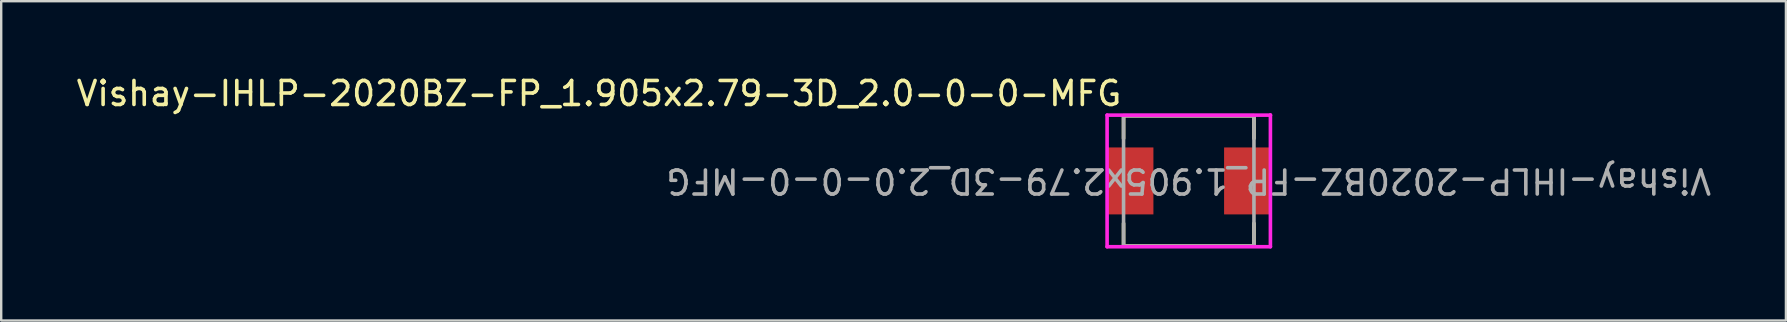
<source format=kicad_pcb>
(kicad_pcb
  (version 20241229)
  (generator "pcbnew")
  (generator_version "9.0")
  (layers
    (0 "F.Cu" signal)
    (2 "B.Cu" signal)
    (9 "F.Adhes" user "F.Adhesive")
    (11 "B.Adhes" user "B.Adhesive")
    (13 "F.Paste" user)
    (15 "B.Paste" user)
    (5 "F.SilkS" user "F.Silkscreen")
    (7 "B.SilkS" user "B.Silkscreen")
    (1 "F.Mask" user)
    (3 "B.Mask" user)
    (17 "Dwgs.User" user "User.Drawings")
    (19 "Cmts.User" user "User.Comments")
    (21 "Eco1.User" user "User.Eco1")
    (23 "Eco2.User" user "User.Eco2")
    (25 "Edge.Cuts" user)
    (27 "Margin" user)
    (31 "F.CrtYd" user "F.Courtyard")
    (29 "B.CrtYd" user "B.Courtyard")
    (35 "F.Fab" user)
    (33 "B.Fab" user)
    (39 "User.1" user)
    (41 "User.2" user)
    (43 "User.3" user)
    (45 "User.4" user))
  (footprint "Vishay-IHLP-2020BZ-FP_1.905x2.79-3D_2.0-0-0-MFG"
    (layer "F.Cu")
    (at 46.491 4.49)
    (property "Reference" "Vishay-IHLP-2020BZ-FP_1.905x2.79-3D_2.0-0-0-MFG" (at -2.717 -3.642 180) (layer "F.SilkS") (effects (font (size 1 1) (thickness 0.15)) (justify right)))
    (attr smd)
    (fp_line (start -2.717 -2.717) (end 2.717 -2.717) (stroke (width 0.15) (type solid)) (layer "F.SilkS"))
    (fp_line (start -2.717 -1.77) (end -2.717 -2.717) (stroke (width 0.15) (type solid)) (layer "F.SilkS"))
    (fp_line (start -2.717 2.717) (end -2.717 1.77) (stroke (width 0.15) (type solid)) (layer "F.SilkS"))
    (fp_line (start -2.717 2.717) (end 2.717 2.717) (stroke (width 0.15) (type solid)) (layer "F.SilkS"))
    (fp_line (start 2.717 -1.77) (end 2.717 -2.717) (stroke (width 0.15) (type solid)) (layer "F.SilkS"))
    (fp_line (start 2.717 2.717) (end 2.717 1.77) (stroke (width 0.15) (type solid)) (layer "F.SilkS"))
    (fp_line (start -3.403 -2.742) (end -3.403 2.742) (stroke (width 0.15) (type solid)) (layer "F.CrtYd"))
    (fp_line (start -3.403 2.742) (end 3.403 2.742) (stroke (width 0.15) (type solid)) (layer "F.CrtYd"))
    (fp_line (start 3.403 -2.742) (end -3.403 -2.742) (stroke (width 0.15) (type solid)) (layer "F.CrtYd"))
    (fp_line (start 3.403 -2.742) (end 3.403 -2.742) (stroke (width 0.15) (type solid)) (layer "F.CrtYd"))
    (fp_line (start 3.403 2.742) (end 3.403 -2.742) (stroke (width 0.15) (type solid)) (layer "F.CrtYd"))
    (fp_line (start -2.717 -2.717) (end 2.717 -2.717) (stroke (width 0.15) (type solid)) (layer "F.Fab"))
    (fp_line (start -2.717 2.717) (end -2.717 -2.717) (stroke (width 0.15) (type solid)) (layer "F.Fab"))
    (fp_line (start 2.717 -2.717) (end 2.717 2.717) (stroke (width 0.15) (type solid)) (layer "F.Fab"))
    (fp_line (start 2.717 2.717) (end -2.717 2.717) (stroke (width 0.15) (type solid)) (layer "F.Fab"))
    (fp_text user "${REFERENCE}" (at 0 0 180) (unlocked yes) (layer "F.Fab") (effects (font (size 1 1) (thickness 0.15))))
    (pad "1" smd rect (at -2.425 0) (size 1.905 2.79) (layers "F.Cu" "F.Mask" "F.Paste"))
    (pad "2" smd rect (at 2.425 0) (size 1.905 2.79) (layers "F.Cu" "F.Mask" "F.Paste")))
  (gr_rect
    (start -3 -3)
    (end 71.378 10.307)
    (stroke (width 0.1) (type default))
    (fill no)
    (layer "Edge.Cuts")))
</source>
